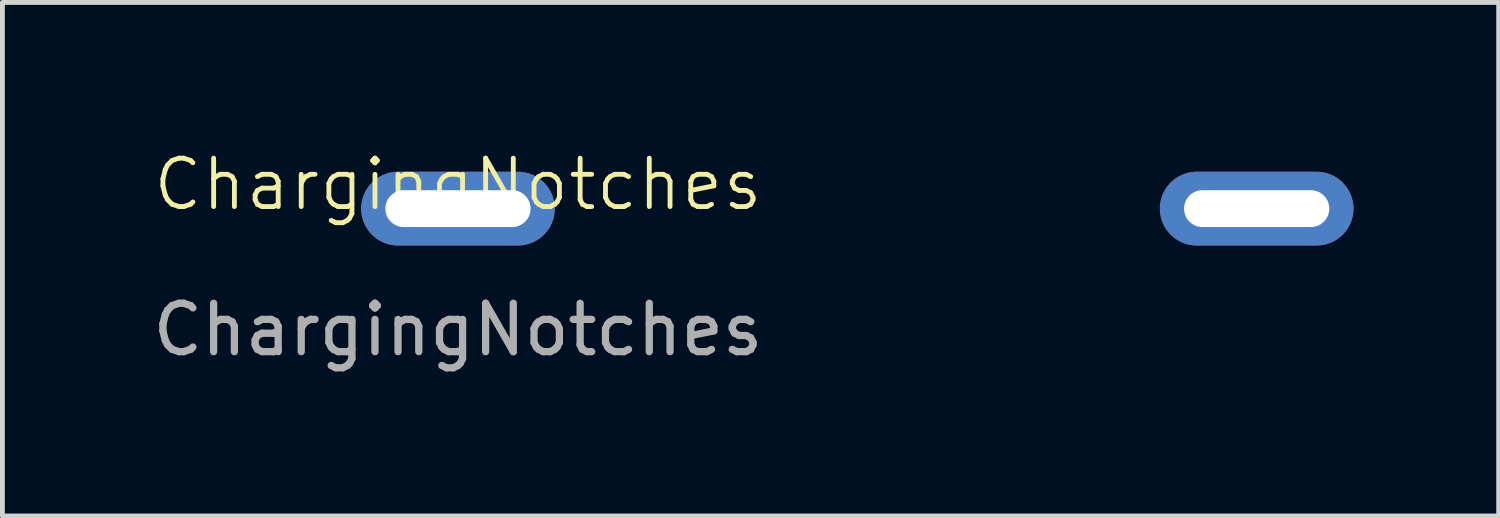
<source format=kicad_pcb>
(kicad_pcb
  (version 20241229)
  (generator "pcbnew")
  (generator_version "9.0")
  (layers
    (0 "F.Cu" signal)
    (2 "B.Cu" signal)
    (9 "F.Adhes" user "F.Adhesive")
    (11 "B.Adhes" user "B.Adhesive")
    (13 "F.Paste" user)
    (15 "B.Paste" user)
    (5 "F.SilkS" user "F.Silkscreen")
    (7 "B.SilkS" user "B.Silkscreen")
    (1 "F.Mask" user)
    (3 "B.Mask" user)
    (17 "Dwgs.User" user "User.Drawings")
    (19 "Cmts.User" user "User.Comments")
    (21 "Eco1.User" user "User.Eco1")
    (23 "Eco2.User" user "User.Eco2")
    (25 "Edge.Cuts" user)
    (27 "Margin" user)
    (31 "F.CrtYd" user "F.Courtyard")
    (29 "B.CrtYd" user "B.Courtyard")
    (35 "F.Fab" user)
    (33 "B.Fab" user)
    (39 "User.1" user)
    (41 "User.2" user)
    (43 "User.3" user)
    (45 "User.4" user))
  (footprint "ChargingNotches"
    (layer "F.Cu")
    (at 6.411 1.26)
    (property "Reference" "ChargingNotches" (at 0 -0.5 0) (unlocked yes) (layer "F.SilkS") (effects (font (size 1 1) (thickness 0.1))))
    (attr through_hole)
    (fp_text user "${REFERENCE}" (at 0 2.5 0) (unlocked yes) (layer "F.Fab") (effects (font (size 1 1) (thickness 0.15))))
    (pad "1" thru_hole oval (at 0 0) (size 4 1.524) (drill oval 3 0.762) (layers "*.Cu" "*.Mask"))
    (pad "2" thru_hole oval (at 16.5 0) (size 4 1.524) (drill oval 3 0.762) (layers "*.Cu" "*.Mask")))
  (gr_rect
    (start -3 -3)
    (end 27.911 7.609)
    (stroke (width 0.1) (type default))
    (fill no)
    (layer "Edge.Cuts")))
</source>
